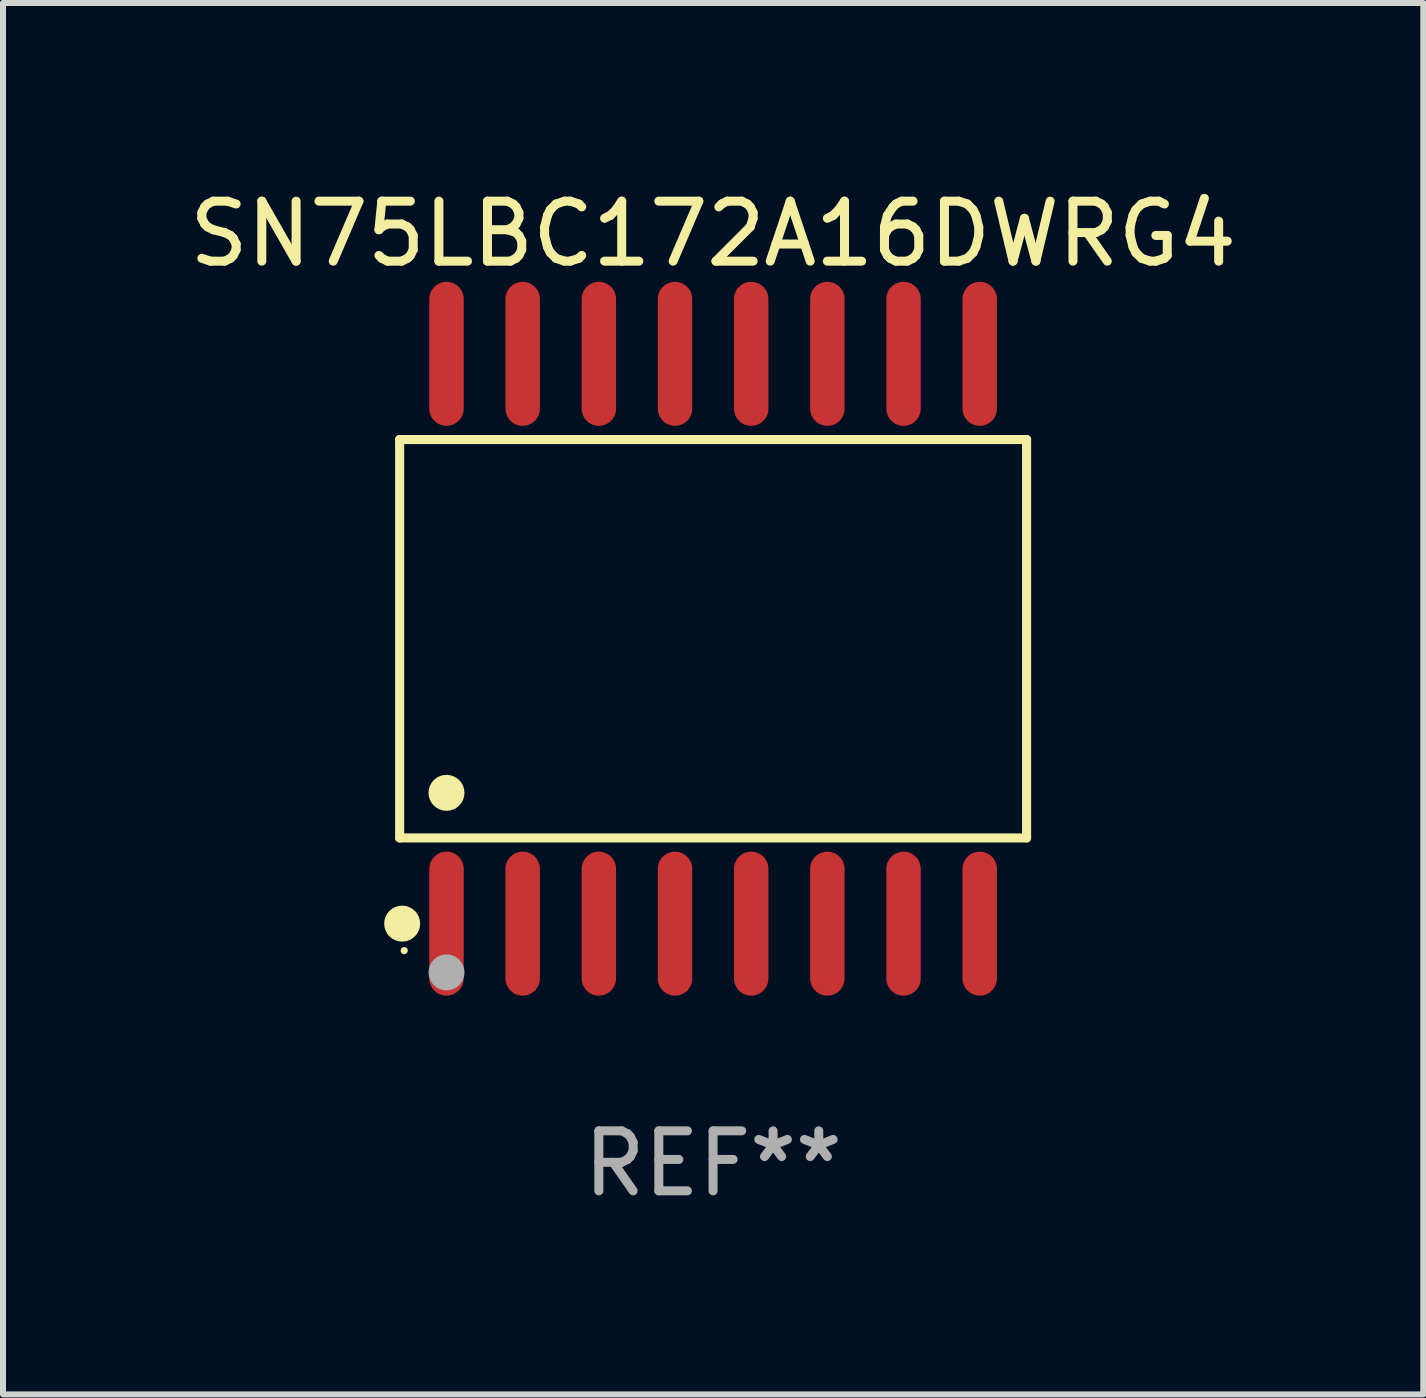
<source format=kicad_pcb>
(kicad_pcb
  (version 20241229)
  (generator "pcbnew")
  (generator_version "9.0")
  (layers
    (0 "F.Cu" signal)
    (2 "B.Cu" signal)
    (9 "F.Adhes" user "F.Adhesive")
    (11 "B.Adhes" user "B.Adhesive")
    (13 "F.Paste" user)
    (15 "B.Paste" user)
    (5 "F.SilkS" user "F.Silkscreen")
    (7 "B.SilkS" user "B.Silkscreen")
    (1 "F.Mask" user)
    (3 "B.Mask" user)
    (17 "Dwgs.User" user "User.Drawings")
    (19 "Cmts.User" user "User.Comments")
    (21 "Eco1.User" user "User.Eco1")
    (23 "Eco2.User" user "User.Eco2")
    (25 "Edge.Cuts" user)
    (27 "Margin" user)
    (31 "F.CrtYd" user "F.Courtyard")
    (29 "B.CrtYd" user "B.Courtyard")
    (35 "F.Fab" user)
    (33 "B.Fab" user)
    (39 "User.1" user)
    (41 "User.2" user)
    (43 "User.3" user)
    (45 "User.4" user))
  (footprint "SN75LBC172A16DWRG4"
    (layer "F.Cu")
    (at 8.839 7.599)
    (property "Reference" "SN75LBC172A16DWRG4" (at 0 -6.75 0) (layer "F.SilkS") (effects (font (size 1 1) (thickness 0.15))))
    (attr through_hole)
    (fp_line (start -5.226 -3.321) (end 5.226 -3.321) (stroke (width 0.152) (type solid)) (layer "F.SilkS"))
    (fp_line (start -5.226 3.321) (end -5.226 -3.321) (stroke (width 0.152) (type solid)) (layer "F.SilkS"))
    (fp_line (start 5.226 -3.321) (end 5.226 3.321) (stroke (width 0.152) (type solid)) (layer "F.SilkS"))
    (fp_line (start 5.226 3.321) (end -5.226 3.321) (stroke (width 0.152) (type solid)) (layer "F.SilkS"))
    (fp_circle (center -5.184 4.75) (end -5.034 4.75) (stroke (width 0.3) (type solid)) (fill no) (layer "F.SilkS"))
    (fp_circle (center -5.15 5.2) (end -5.12 5.2) (stroke (width 0.06) (type solid)) (fill no) (layer "F.SilkS"))
    (fp_circle (center -4.445 2.569) (end -4.295 2.569) (stroke (width 0.3) (type solid)) (fill no) (layer "F.SilkS"))
    (fp_circle (center -4.445 5.563) (end -4.295 5.563) (stroke (width 0.3) (type solid)) (fill no) (layer "F.Fab"))
    (fp_text user "REF**" (at 0 8.75 0) (layer "F.Fab") (effects (font (size 1 1) (thickness 0.15))))
    (pad "1" smd oval (at -4.445 4.75) (size 0.574 2.401) (layers "F.Cu" "F.Mask" "F.Paste"))
    (pad "2" smd oval (at -3.175 4.75) (size 0.574 2.401) (layers "F.Cu" "F.Mask" "F.Paste"))
    (pad "3" smd oval (at -1.905 4.75) (size 0.574 2.401) (layers "F.Cu" "F.Mask" "F.Paste"))
    (pad "4" smd oval (at -0.635 4.75) (size 0.574 2.401) (layers "F.Cu" "F.Mask" "F.Paste"))
    (pad "5" smd oval (at 0.635 4.75) (size 0.574 2.401) (layers "F.Cu" "F.Mask" "F.Paste"))
    (pad "6" smd oval (at 1.905 4.75) (size 0.574 2.401) (layers "F.Cu" "F.Mask" "F.Paste"))
    (pad "7" smd oval (at 3.175 4.75) (size 0.574 2.401) (layers "F.Cu" "F.Mask" "F.Paste"))
    (pad "8" smd oval (at 4.445 4.75) (size 0.574 2.401) (layers "F.Cu" "F.Mask" "F.Paste"))
    (pad "9" smd oval (at 4.445 -4.75) (size 0.574 2.401) (layers "F.Cu" "F.Mask" "F.Paste"))
    (pad "10" smd oval (at 3.175 -4.75) (size 0.574 2.401) (layers "F.Cu" "F.Mask" "F.Paste"))
    (pad "11" smd oval (at 1.905 -4.75) (size 0.574 2.401) (layers "F.Cu" "F.Mask" "F.Paste"))
    (pad "12" smd oval (at 0.635 -4.75) (size 0.574 2.401) (layers "F.Cu" "F.Mask" "F.Paste"))
    (pad "13" smd oval (at -0.635 -4.75) (size 0.574 2.401) (layers "F.Cu" "F.Mask" "F.Paste"))
    (pad "14" smd oval (at -1.905 -4.75) (size 0.574 2.401) (layers "F.Cu" "F.Mask" "F.Paste"))
    (pad "15" smd oval (at -3.175 -4.75) (size 0.574 2.401) (layers "F.Cu" "F.Mask" "F.Paste"))
    (pad "16" smd oval (at -4.445 -4.75) (size 0.574 2.401) (layers "F.Cu" "F.Mask" "F.Paste")))
  (gr_rect
    (start -3 -3)
    (end 20.679 20.197)
    (stroke (width 0.1) (type default))
    (fill no)
    (layer "Edge.Cuts")))
</source>
